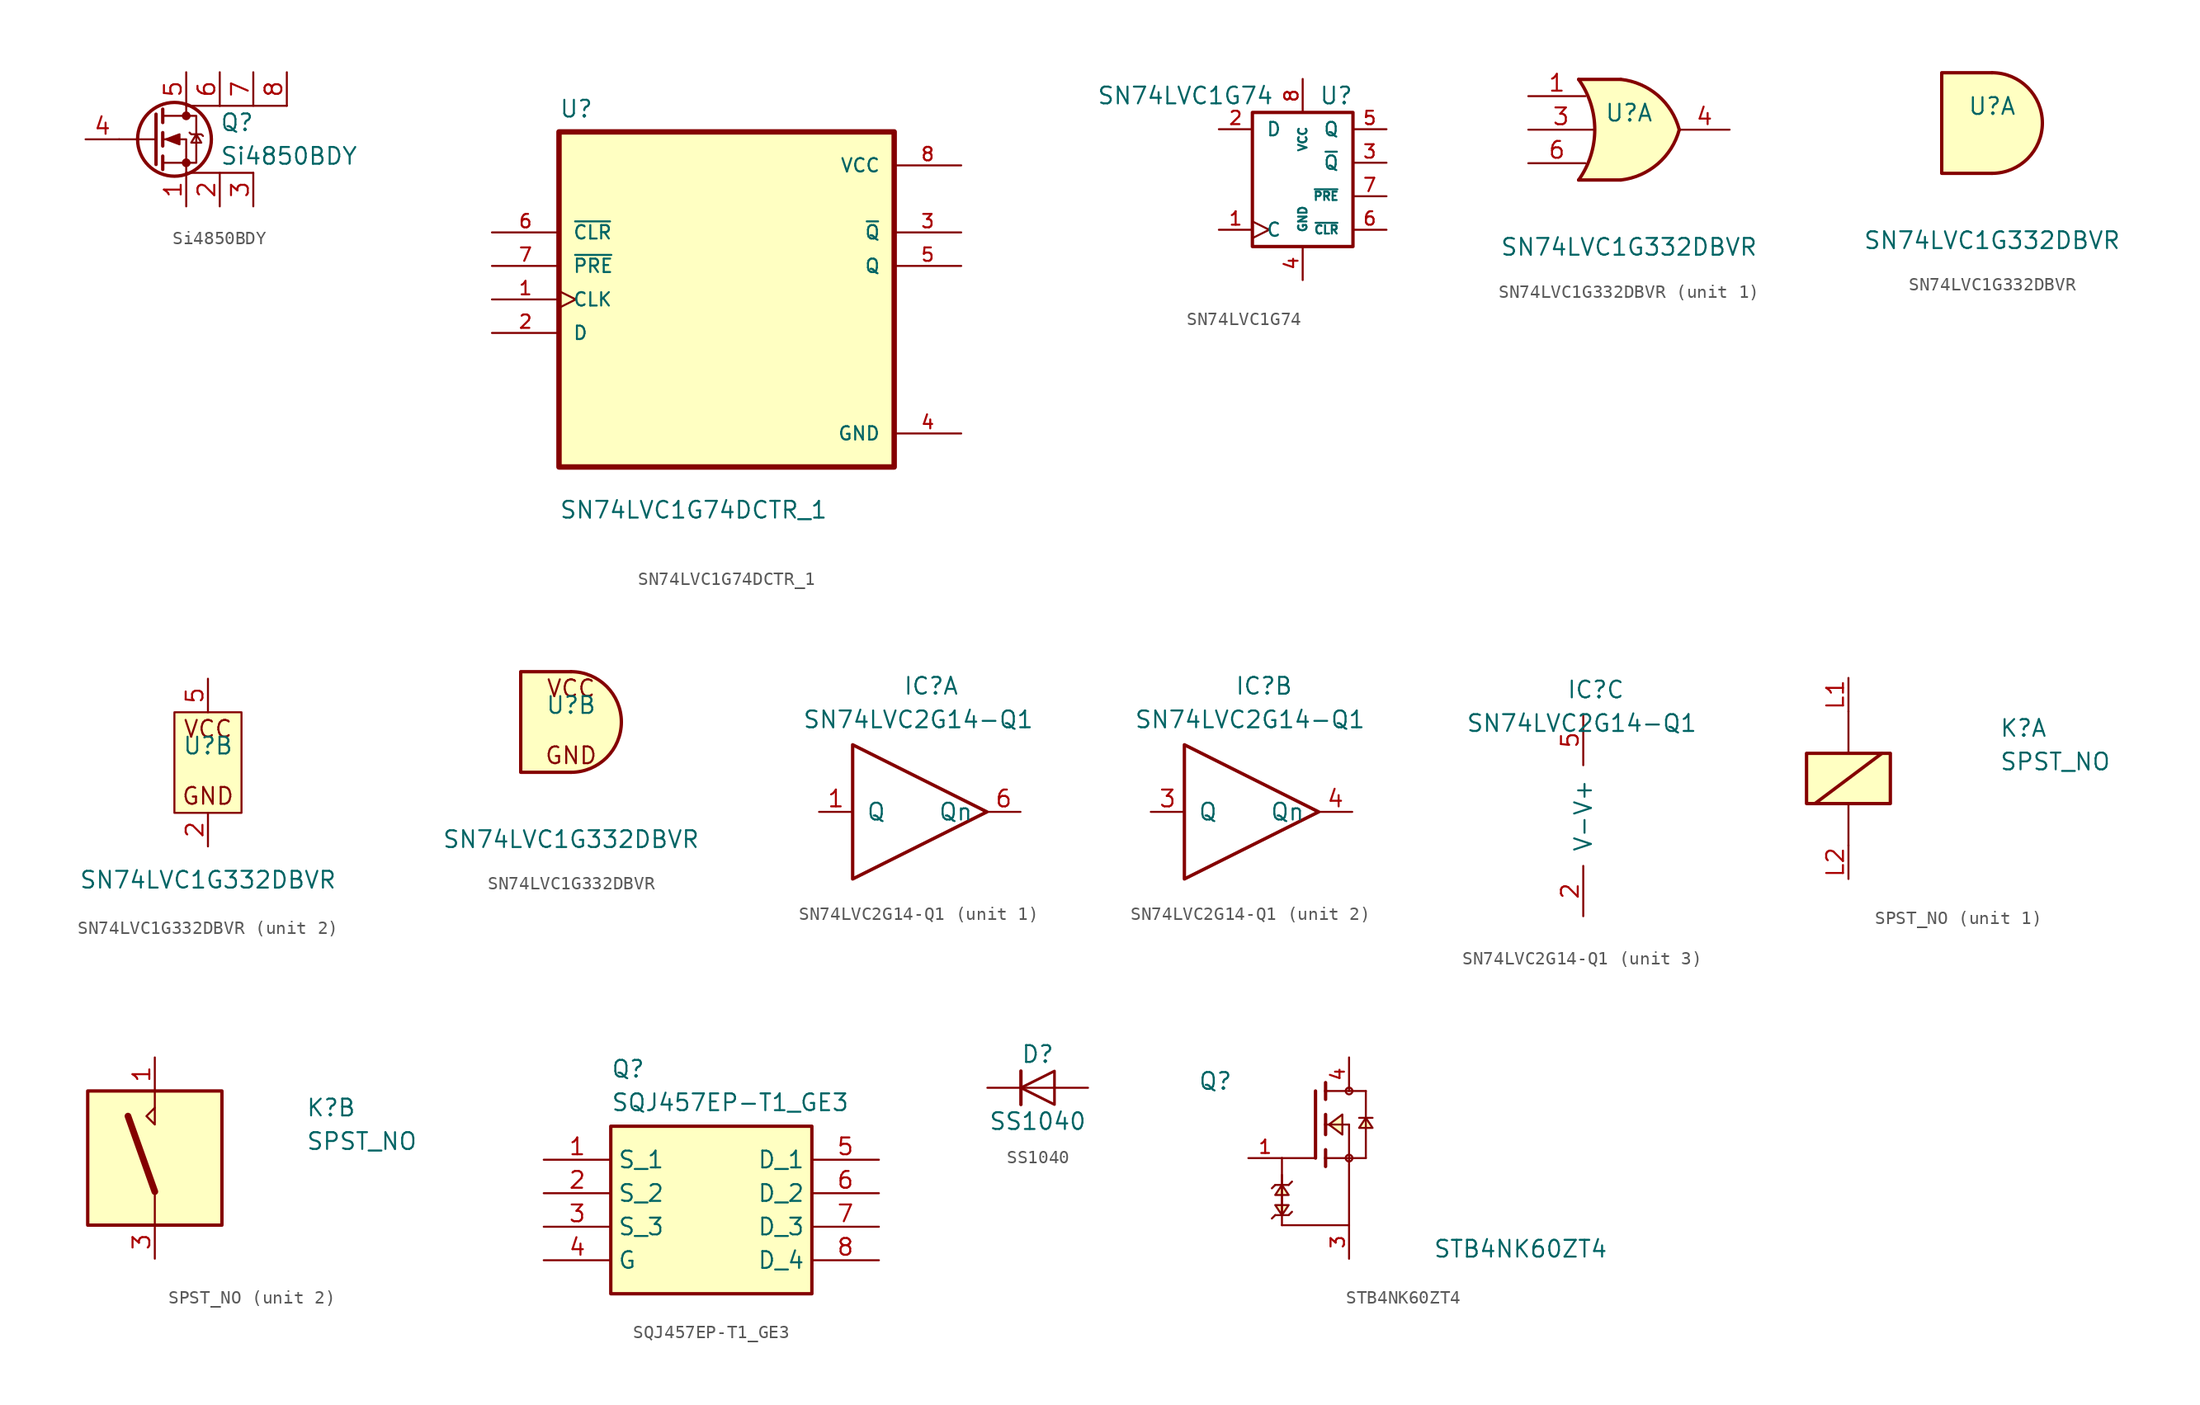
<source format=kicad_sym>
(kicad_symbol_lib
  (version 20231120)
  (generator "kicad_symbol_editor")
  (generator_version "8.0")
  (symbol "Si4850BDY"
    (pin_names
      (offset 0) hide)
    (property "Reference" "Q"
      (at 5.08 1.27 0)
      (effects (font (size 1.27 1.27)) (justify left)))
    (property "Value" "Si4850BDY"
      (at 5.08 -1.27 0)
      (effects (font (size 1.27 1.27)) (justify left)))
    (symbol "Si4850BDY_0_1"
      (polyline (pts (xy 0.254 0) (xy -2.54 0)) (stroke (width 0) (type default)) (fill (type none)))
      (polyline (pts (xy 0.254 1.905) (xy 0.254 -1.905)) (stroke (width 0.254) (type default)) (fill (type none)))
      (polyline (pts (xy 0.762 -1.27) (xy 0.762 -2.286)) (stroke (width 0.254) (type default)) (fill (type none)))
      (polyline (pts (xy 0.762 0.508) (xy 0.762 -0.508)) (stroke (width 0.254) (type default)) (fill (type none)))
      (polyline (pts (xy 0.762 2.286) (xy 0.762 1.27)) (stroke (width 0.254) (type default)) (fill (type none)))
      (polyline (pts (xy 5.08 2.54) (xy 10.16 2.54)) (stroke (width 0) (type default)) (fill (type none)))
      (polyline (pts (xy 7.62 -2.54) (xy 2.54 -2.54)) (stroke (width 0) (type default)) (fill (type none)))
      (polyline (pts (xy 2.54 -2.54) (xy 2.54 0) (xy 0.762 0)) (stroke (width 0) (type default)) (fill (type none)))
      (polyline (pts (xy 5.08 2.54) (xy 2.54 2.54) (xy 2.54 1.778)) (stroke (width 0) (type default)) (fill (type none)))
      (polyline (pts (xy 0.762 -1.778) (xy 3.302 -1.778) (xy 3.302 1.778) (xy 0.762 1.778)) (stroke (width 0) (type default)) (fill (type none)))
      (polyline (pts (xy 1.016 0) (xy 2.032 0.381) (xy 2.032 -0.381) (xy 1.016 0)) (stroke (width 0) (type default)) (fill (type outline)))
      (polyline (pts (xy 2.794 0.508) (xy 2.921 0.381) (xy 3.683 0.381) (xy 3.81 0.254)) (stroke (width 0) (type default)) (fill (type none)))
      (polyline (pts (xy 3.302 0.381) (xy 2.921 -0.254) (xy 3.683 -0.254) (xy 3.302 0.381)) (stroke (width 0) (type default)) (fill (type none)))
      (circle (center 1.651 0) (radius 2.794) (stroke (width 0.254) (type default)) (fill (type none)))
      (circle (center 2.54 -1.778) (radius 0.254) (stroke (width 0) (type default)) (fill (type outline)))
      (circle (center 2.54 1.778) (radius 0.254) (stroke (width 0) (type default)) (fill (type outline))))
    (symbol "Si4850BDY_1_1"
      (pin passive line (at 2.54 -5.08 90) (length 2.54) (name "S" (effects (font (size 1.27 1.27)))) (number "1" (effects (font (size 1.27 1.27)))))
      (pin passive line (at 5.08 -5.08 90) (length 2.54) (name "D" (effects (font (size 1.27 1.27)))) (number "2" (effects (font (size 1.27 1.27)))))
      (pin passive line (at 7.62 -5.08 90) (length 2.54) (name "D" (effects (font (size 1.27 1.27)))) (number "3" (effects (font (size 1.27 1.27)))))
      (pin input line (at -5.08 0 0) (length 2.54) (name "G" (effects (font (size 1.27 1.27)))) (number "4" (effects (font (size 1.27 1.27)))))
      (pin passive line (at 2.54 5.08 270) (length 2.54) (name "D" (effects (font (size 1.27 1.27)))) (number "5" (effects (font (size 1.27 1.27)))))
      (pin passive line (at 5.08 5.08 270) (length 2.54) (name "D" (effects (font (size 1.27 1.27)))) (number "6" (effects (font (size 1.27 1.27)))))
      (pin passive line (at 7.62 5.08 270) (length 2.54) (name "D" (effects (font (size 1.27 1.27)))) (number "7" (effects (font (size 1.27 1.27)))))
      (pin passive line (at 10.16 5.08 270) (length 2.54) (name "D" (effects (font (size 1.27 1.27)))) (number "8" (effects (font (size 1.27 1.27)))))))
  (symbol "SN74LVC1G74DCTR_1"
    (pin_names
      (offset 1.016))
    (property "Reference" "U"
      (at -12.7 13.7 0)
      (effects (font (size 1.27 1.27)) (justify left bottom)))
    (property "Value" "SN74LVC1G74DCTR_1"
      (at -12.7 -16.7 0)
      (effects (font (size 1.27 1.27)) (justify left bottom)))
    (symbol "SN74LVC1G74DCTR_1_0_0"
      (rectangle (start -12.7 -12.7) (end 12.7 12.7) (stroke (width 0.41) (type default)) (fill (type background)))
      (pin input clock (at -17.78 0 0) (length 5.08) (name "CLK" (effects (font (size 1.016 1.016)))) (number "1" (effects (font (size 1.016 1.016)))))
      (pin input line (at -17.78 -2.54 0) (length 5.08) (name "D" (effects (font (size 1.016 1.016)))) (number "2" (effects (font (size 1.016 1.016)))))
      (pin output line (at 17.78 5.08 180) (length 5.08) (name "~{Q}" (effects (font (size 1.016 1.016)))) (number "3" (effects (font (size 1.016 1.016)))))
      (pin power_in line (at 17.78 -10.16 180) (length 5.08) (name "GND" (effects (font (size 1.016 1.016)))) (number "4" (effects (font (size 1.016 1.016)))))
      (pin output line (at 17.78 2.54 180) (length 5.08) (name "Q" (effects (font (size 1.016 1.016)))) (number "5" (effects (font (size 1.016 1.016)))))
      (pin input line (at -17.78 5.08 0) (length 5.08) (name "~{CLR}" (effects (font (size 1.016 1.016)))) (number "6" (effects (font (size 1.016 1.016)))))
      (pin input line (at -17.78 2.54 0) (length 5.08) (name "~{PRE}" (effects (font (size 1.016 1.016)))) (number "7" (effects (font (size 1.016 1.016)))))
      (pin power_in line (at 17.78 10.16 180) (length 5.08) (name "VCC" (effects (font (size 1.016 1.016)))) (number "8" (effects (font (size 1.016 1.016)))))))
  (symbol "SN74LVC1G74"
    (pin_names
      (offset 1.016))
    (property "Reference" "U"
      (at 2.54 5.08 0)
      (effects (font (size 1.27 1.27))))
    (property "Value" "SN74LVC1G74"
      (at -8.89 5.08 0)
      (effects (font (size 1.27 1.27))))
    (symbol "SN74LVC1G74_0_1"
      (rectangle (start -3.81 3.81) (end 3.81 -6.35) (stroke (width 0.254) (type default)) (fill (type none))))
    (symbol "SN74LVC1G74_1_1"
      (pin input clock (at -6.35 -5.08 0) (length 2.54) (name "C" (effects (font (size 1.016 1.016)))) (number "1" (effects (font (size 1.016 1.016)))))
      (pin input line (at -6.35 2.54 0) (length 2.54) (name "D" (effects (font (size 1.016 1.016)))) (number "2" (effects (font (size 1.016 1.016)))))
      (pin output line (at 6.35 0 180) (length 2.54) (name "~{Q}" (effects (font (size 1.016 1.016)))) (number "3" (effects (font (size 1.016 1.016)))))
      (pin power_in line (at 0 -8.89 90) (length 2.54) (name "GND" (effects (font (size 0.635 0.635)))) (number "4" (effects (font (size 1.016 1.016)))))
      (pin output line (at 6.35 2.54 180) (length 2.54) (name "Q" (effects (font (size 1.016 1.016)))) (number "5" (effects (font (size 1.016 1.016)))))
      (pin input line (at 6.35 -5.08 180) (length 2.54) (name "~{CLR}" (effects (font (size 0.635 0.635)))) (number "6" (effects (font (size 1.016 1.016)))))
      (pin input line (at 6.35 -2.54 180) (length 2.54) (name "~{PRE}" (effects (font (size 0.635 0.635)))) (number "7" (effects (font (size 1.016 1.016)))))
      (pin power_in line (at 0 6.35 270) (length 2.54) (name "VCC" (effects (font (size 0.635 0.635)))) (number "8" (effects (font (size 1.016 1.016)))))))
  (symbol "SN74LVC1G332DBVR"
    (pin_names
      (offset 1.016) hide)
    (property "Reference" "U"
      (at 0 1.27 0)
      (effects (font (size 1.27 1.27))))
    (property "Value" "SN74LVC1G332DBVR"
      (at 0 -8.89 0)
      (effects (font (size 1.27 1.27))))
    (property "ki_locked" ""
      (at 0 0 0)
      (effects (font (size 1.27 1.27))))
    (symbol "SN74LVC1G332DBVR_1_1"
      (arc (start -3.81 -3.81) (mid -2.589 0) (end -3.81 3.81) (stroke (width 0.254) (type default)) (fill (type none)))
      (arc (start -0.6096 -3.81) (mid 2.1842 -2.5851) (end 3.81 0) (stroke (width 0.254) (type default)) (fill (type background)))
      (polyline (pts (xy -3.81 -3.81) (xy -0.635 -3.81)) (stroke (width 0.254) (type default)) (fill (type background)))
      (polyline (pts (xy -3.81 3.81) (xy -0.635 3.81)) (stroke (width 0.254) (type default)) (fill (type background)))
      (polyline (pts (xy -0.635 3.81) (xy -3.81 3.81) (xy -3.81 3.81) (xy -3.556 3.404) (xy -3.023 2.261) (xy -2.692 1.041) (xy -2.616 -0.254) (xy -2.769 -1.499) (xy -3.175 -2.718) (xy -3.81 -3.81) (xy -3.81 -3.81) (xy -0.635 -3.81)) (stroke (width -25.4) (type default)) (fill (type background)))
      (arc (start 3.81 0) (mid 2.1915 2.5936) (end -0.6096 3.81) (stroke (width 0.254) (type default)) (fill (type background)))
      (pin input line (at -7.62 2.54 0) (length 4.318) (name "A" (effects (font (size 1.27 1.27)))) (number "1" (effects (font (size 1.27 1.27)))))
      (pin input line (at -7.62 0 0) (length 4.953) (name "B" (effects (font (size 1.27 1.27)))) (number "3" (effects (font (size 1.27 1.27)))))
      (pin output line (at 7.62 0 180) (length 3.81) (name "Y" (effects (font (size 1.27 1.27)))) (number "4" (effects (font (size 1.27 1.27)))))
      (pin input line (at -7.62 -2.54 0) (length 4.318) (name "C" (effects (font (size 1.27 1.27)))) (number "6" (effects (font (size 1.27 1.27))))))
    (symbol "SN74LVC1G332DBVR_1_2"
      (arc (start 0 -3.81) (mid 3.7934 0) (end 0 3.81) (stroke (width 0.254) (type default)) (fill (type background)))
      (polyline (pts (xy 0 3.81) (xy -3.81 3.81) (xy -3.81 -3.81) (xy 0 -3.81)) (stroke (width 0.254) (type default)) (fill (type background))))
    (symbol "SN74LVC1G332DBVR_2_0"
      (text "GND" (at 0 -2.54 0) (effects (font (size 1.27 1.27))))
      (text "VCC" (at 0 2.54 0) (effects (font (size 1.27 1.27)))))
    (symbol "SN74LVC1G332DBVR_2_1"
      (rectangle (start -2.54 -3.81) (end 2.54 3.81) (stroke (width 0) (type default)) (fill (type background)))
      (pin output line (at 0 -6.35 90) (length 2.54) (name "GND" (effects (font (size 1.27 1.27)))) (number "2" (effects (font (size 1.27 1.27)))))
      (pin output line (at 0 6.35 270) (length 2.54) (name "VCC" (effects (font (size 1.27 1.27)))) (number "5" (effects (font (size 1.27 1.27))))))
    (symbol "SN74LVC1G332DBVR_2_2"
      (arc (start 0 -3.81) (mid 3.7934 0) (end 0 3.81) (stroke (width 0.254) (type default)) (fill (type background)))
      (polyline (pts (xy 0 3.81) (xy -3.81 3.81) (xy -3.81 -3.81) (xy 0 -3.81)) (stroke (width 0.254) (type default)) (fill (type background)))))
  (symbol "SN74LVC2G14-Q1"
    (pin_names
      (offset 1.016))
    (property "Reference" "IC"
      (at -1.27 9.525 0)
      (effects (font (size 1.27 1.27)) (justify left)))
    (property "Value" "SN74LVC2G14-Q1"
      (at -8.89 6.985 0)
      (effects (font (size 1.27 1.27)) (justify left)))
    (symbol "SN74LVC2G14-Q1_1_1"
      (polyline (pts (xy -5.08 5.08) (xy 5.08 0) (xy -5.08 -5.08) (xy -5.08 5.08)) (stroke (width 0.254) (type default)) (fill (type none)))
      (pin input line (at -7.62 0 0) (length 2.54) (name "Q" (effects (font (size 1.27 1.27)))) (number "1" (effects (font (size 1.27 1.27)))))
      (pin output line (at 7.62 0 180) (length 2.54) (name "Qn" (effects (font (size 1.27 1.27)))) (number "6" (effects (font (size 1.27 1.27))))))
    (symbol "SN74LVC2G14-Q1_2_1"
      (polyline (pts (xy -5.08 5.08) (xy 5.08 0) (xy -5.08 -5.08) (xy -5.08 5.08)) (stroke (width 0.254) (type default)) (fill (type none)))
      (pin input line (at -7.62 0 0) (length 2.54) (name "Q" (effects (font (size 1.27 1.27)))) (number "3" (effects (font (size 1.27 1.27)))))
      (pin output line (at 7.62 0 180) (length 2.54) (name "Qn" (effects (font (size 1.27 1.27)))) (number "4" (effects (font (size 1.27 1.27))))))
    (symbol "SN74LVC2G14-Q1_3_1"
      (pin power_in line (at 0 -7.62 90) (length 3.81) (name "V-" (effects (font (size 1.27 1.27)))) (number "2" (effects (font (size 1.27 1.27)))))
      (pin power_in line (at 0 7.62 270) (length 3.81) (name "V+" (effects (font (size 1.27 1.27)))) (number "5" (effects (font (size 1.27 1.27)))))))
  (symbol "SPST_NO"
    (property "Reference" "K"
      (at 11.43 3.81 0)
      (effects (font (size 1.27 1.27)) (justify left)))
    (property "Value" "SPST_NO"
      (at 11.43 1.27 0)
      (effects (font (size 1.27 1.27)) (justify left)))
    (property "ki_locked" ""
      (at 0 0 0)
      (effects (font (size 1.27 1.27))))
    (symbol "SPST_NO_1_1"
      (rectangle (start -3.175 1.905) (end 3.175 -1.905) (stroke (width 0.254) (type default)) (fill (type background)))
      (polyline (pts (xy -2.54 -1.905) (xy 2.54 1.905)) (stroke (width 0.254) (type default)) (fill (type none)))
      (polyline (pts (xy 0 -5.08) (xy 0 -1.905)) (stroke (width 0) (type default)) (fill (type none)))
      (polyline (pts (xy 0 5.08) (xy 0 1.905)) (stroke (width 0) (type default)) (fill (type none)))
      (pin passive line (at 0 7.62 270) (length 2.54) (name "~" (effects (font (size 1.27 1.27)))) (number "L1" (effects (font (size 1.27 1.27)))))
      (pin passive line (at 0 -7.62 90) (length 2.54) (name "~" (effects (font (size 1.27 1.27)))) (number "L2" (effects (font (size 1.27 1.27))))))
    (symbol "SPST_NO_2_1"
      (rectangle (start -5.08 5.08) (end 5.08 -5.08) (stroke (width 0.254) (type default)) (fill (type background)))
      (polyline (pts (xy 0 -2.54) (xy -2.032 3.175)) (stroke (width 0.508) (type default)) (fill (type none)))
      (polyline (pts (xy 0 -2.54) (xy 0 -5.08)) (stroke (width 0) (type default)) (fill (type none)))
      (polyline (pts (xy 0 3.81) (xy 0 5.08)) (stroke (width 0) (type default)) (fill (type none)))
      (polyline (pts (xy 0 3.81) (xy 0 2.54) (xy -0.635 3.175) (xy 0 3.81)) (stroke (width 0) (type default)) (fill (type none)))
      (pin passive line (at 0 7.62 270) (length 2.54) (name "~" (effects (font (size 1.27 1.27)))) (number "1" (effects (font (size 1.27 1.27)))))
      (pin passive line (at 0 -7.62 90) (length 2.54) (name "~" (effects (font (size 1.27 1.27)))) (number "3" (effects (font (size 1.27 1.27)))))))
  (symbol "SQJ457EP-T1_GE3"
    (property "Reference" "Q"
      (at 5.08 7.62 0)
      (effects (font (size 1.27 1.27)) (justify left top)))
    (property "Value" "SQJ457EP-T1_GE3"
      (at 5.08 5.08 0)
      (effects (font (size 1.27 1.27)) (justify left top)))
    (symbol "SQJ457EP-T1_GE3_1_1"
      (rectangle (start 5.08 2.54) (end 20.32 -10.16) (stroke (width 0.254) (type default)) (fill (type background)))
      (pin passive line (at 0 0 0) (length 5.08) (name "S_1" (effects (font (size 1.27 1.27)))) (number "1" (effects (font (size 1.27 1.27)))))
      (pin passive line (at 0 -2.54 0) (length 5.08) (name "S_2" (effects (font (size 1.27 1.27)))) (number "2" (effects (font (size 1.27 1.27)))))
      (pin passive line (at 0 -5.08 0) (length 5.08) (name "S_3" (effects (font (size 1.27 1.27)))) (number "3" (effects (font (size 1.27 1.27)))))
      (pin passive line (at 0 -7.62 0) (length 5.08) (name "G" (effects (font (size 1.27 1.27)))) (number "4" (effects (font (size 1.27 1.27)))))
      (pin passive line (at 25.4 0 180) (length 5.08) (name "D_1" (effects (font (size 1.27 1.27)))) (number "5" (effects (font (size 1.27 1.27)))))
      (pin passive line (at 25.4 -2.54 180) (length 5.08) (name "D_2" (effects (font (size 1.27 1.27)))) (number "6" (effects (font (size 1.27 1.27)))))
      (pin passive line (at 25.4 -5.08 180) (length 5.08) (name "D_3" (effects (font (size 1.27 1.27)))) (number "7" (effects (font (size 1.27 1.27)))))
      (pin passive line (at 25.4 -7.62 180) (length 5.08) (name "D_4" (effects (font (size 1.27 1.27)))) (number "8" (effects (font (size 1.27 1.27)))))))
  (symbol "SS1040"
    (pin_numbers hide)
    (pin_names
      (offset 1.016) hide)
    (property "Reference" "D"
      (at 0 2.54 0)
      (effects (font (size 1.27 1.27))))
    (property "Value" "SS1040"
      (at 0 -2.54 0)
      (effects (font (size 1.27 1.27))))
    (symbol "SS1040_0_1"
      (polyline (pts (xy -1.27 1.27) (xy -1.27 -1.27)) (stroke (width 0.254) (type default)) (fill (type none)))
      (polyline (pts (xy 1.27 0) (xy -1.27 0)) (stroke (width 0) (type default)) (fill (type none)))
      (polyline (pts (xy 1.27 1.27) (xy 1.27 -1.27) (xy -1.27 0) (xy 1.27 1.27)) (stroke (width 0.203) (type default)) (fill (type none))))
    (symbol "SS1040_1_1"
      (pin passive line (at -3.81 0 0) (length 2.54) (name "K" (effects (font (size 1.27 1.27)))) (number "1" (effects (font (size 1.27 1.27)))))
      (pin passive line (at 3.81 0 180) (length 2.54) (name "A" (effects (font (size 1.27 1.27)))) (number "2" (effects (font (size 1.27 1.27)))))))
  (symbol "STB4NK60ZT4"
    (pin_names
      (offset 1.016) hide)
    (property "Reference" "Q"
      (at -8.89 2.54 0)
      (effects (font (size 1.27 1.27)) (justify left bottom)))
    (property "Value" "STB4NK60ZT4"
      (at 8.89 -10.16 0)
      (effects (font (size 1.27 1.27)) (justify left bottom)))
    (property "ki_locked" ""
      (at 0 0 0)
      (effects (font (size 1.27 1.27))))
    (symbol "STB4NK60ZT4_0_0"
      (polyline (pts (xy -3.302 -7.112) (xy -3.048 -6.858)) (stroke (width 0.152) (type default)) (fill (type none)))
      (polyline (pts (xy -3.048 -6.858) (xy -2.54 -6.858)) (stroke (width 0.152) (type default)) (fill (type none)))
      (polyline (pts (xy -3.048 -4.572) (xy -3.302 -4.826)) (stroke (width 0.152) (type default)) (fill (type none)))
      (polyline (pts (xy -2.54 -7.62) (xy 2.54 -7.62)) (stroke (width 0.152) (type default)) (fill (type none)))
      (polyline (pts (xy -2.54 -6.858) (xy -2.54 -3.81)) (stroke (width 0.152) (type default)) (fill (type none)))
      (polyline (pts (xy -2.54 -6.858) (xy -2.032 -6.858)) (stroke (width 0.152) (type default)) (fill (type none)))
      (polyline (pts (xy -2.54 -4.572) (xy -3.048 -4.572)) (stroke (width 0.152) (type default)) (fill (type none)))
      (polyline (pts (xy -2.54 -4.572) (xy -2.54 -7.62)) (stroke (width 0.152) (type default)) (fill (type none)))
      (polyline (pts (xy -2.54 -2.54) (xy -2.54 -4.572)) (stroke (width 0.152) (type default)) (fill (type none)))
      (polyline (pts (xy -2.54 -2.54) (xy 0 -2.54)) (stroke (width 0.152) (type default)) (fill (type none)))
      (polyline (pts (xy -2.032 -6.858) (xy -1.778 -6.604)) (stroke (width 0.152) (type default)) (fill (type none)))
      (polyline (pts (xy -2.032 -4.572) (xy -2.54 -4.572)) (stroke (width 0.152) (type default)) (fill (type none)))
      (polyline (pts (xy -1.778 -4.318) (xy -2.032 -4.572)) (stroke (width 0.152) (type default)) (fill (type none)))
      (polyline (pts (xy 0 2.54) (xy 0 -2.54)) (stroke (width 0.254) (type default)) (fill (type none)))
      (polyline (pts (xy 0.762 -2.54) (xy 0.762 -3.175)) (stroke (width 0.254) (type default)) (fill (type none)))
      (polyline (pts (xy 0.762 -1.905) (xy 0.762 -2.54)) (stroke (width 0.254) (type default)) (fill (type none)))
      (polyline (pts (xy 0.762 0) (xy 0.762 -0.762)) (stroke (width 0.254) (type default)) (fill (type none)))
      (polyline (pts (xy 0.762 0) (xy 2.54 0)) (stroke (width 0.152) (type default)) (fill (type none)))
      (polyline (pts (xy 0.762 0.762) (xy 0.762 0)) (stroke (width 0.254) (type default)) (fill (type none)))
      (polyline (pts (xy 0.762 2.54) (xy 0.762 1.905)) (stroke (width 0.254) (type default)) (fill (type none)))
      (polyline (pts (xy 0.762 2.54) (xy 3.81 2.54)) (stroke (width 0.152) (type default)) (fill (type none)))
      (polyline (pts (xy 0.762 3.175) (xy 0.762 2.54)) (stroke (width 0.254) (type default)) (fill (type none)))
      (polyline (pts (xy 2.54 -7.62) (xy 2.54 -2.54)) (stroke (width 0.152) (type default)) (fill (type none)))
      (polyline (pts (xy 2.54 -2.54) (xy 0.762 -2.54)) (stroke (width 0.152) (type default)) (fill (type none)))
      (polyline (pts (xy 2.54 -2.54) (xy 3.81 -2.54)) (stroke (width 0.152) (type default)) (fill (type none)))
      (polyline (pts (xy 2.54 0) (xy 2.54 -2.54)) (stroke (width 0.152) (type default)) (fill (type none)))
      (polyline (pts (xy 3.81 0.508) (xy 3.302 0.508)) (stroke (width 0.152) (type default)) (fill (type none)))
      (polyline (pts (xy 3.81 0.508) (xy 3.81 -2.54)) (stroke (width 0.152) (type default)) (fill (type none)))
      (polyline (pts (xy 3.81 2.54) (xy 3.81 0.508)) (stroke (width 0.152) (type default)) (fill (type none)))
      (polyline (pts (xy 4.318 0.508) (xy 3.81 0.508)) (stroke (width 0.152) (type default)) (fill (type none)))
      (polyline (pts (xy -2.54 -6.858) (xy -2.032 -6.096) (xy -3.048 -6.096) (xy -2.54 -6.858)) (stroke (width 0.152) (type default)) (fill (type background)))
      (polyline (pts (xy -2.54 -4.572) (xy -3.048 -5.334) (xy -2.032 -5.334) (xy -2.54 -4.572)) (stroke (width 0.152) (type default)) (fill (type background)))
      (polyline (pts (xy 1.016 0) (xy 2.032 0.762) (xy 2.032 -0.762) (xy 1.016 0)) (stroke (width 0.152) (type default)) (fill (type background)))
      (polyline (pts (xy 3.81 0.508) (xy 3.302 -0.254) (xy 4.318 -0.254) (xy 3.81 0.508)) (stroke (width 0.152) (type default)) (fill (type background)))
      (circle (center 2.54 -2.54) (radius 0.254) (stroke (width 0) (type default)) (fill (type none)))
      (circle (center 2.54 2.54) (radius 0.254) (stroke (width 0) (type default)) (fill (type none)))
      (pin passive line (at -5.08 -2.54 0) (length 2.54) (name "~" (effects (font (size 1.016 1.016)))) (number "1" (effects (font (size 1.016 1.016)))))
      (pin passive line (at 2.54 -10.16 90) (length 2.54) (name "~" (effects (font (size 1.016 1.016)))) (number "3" (effects (font (size 1.016 1.016)))))
      (pin passive line (at 2.54 5.08 270) (length 2.54) (name "~" (effects (font (size 1.016 1.016)))) (number "4" (effects (font (size 1.016 1.016))))))))
</source>
